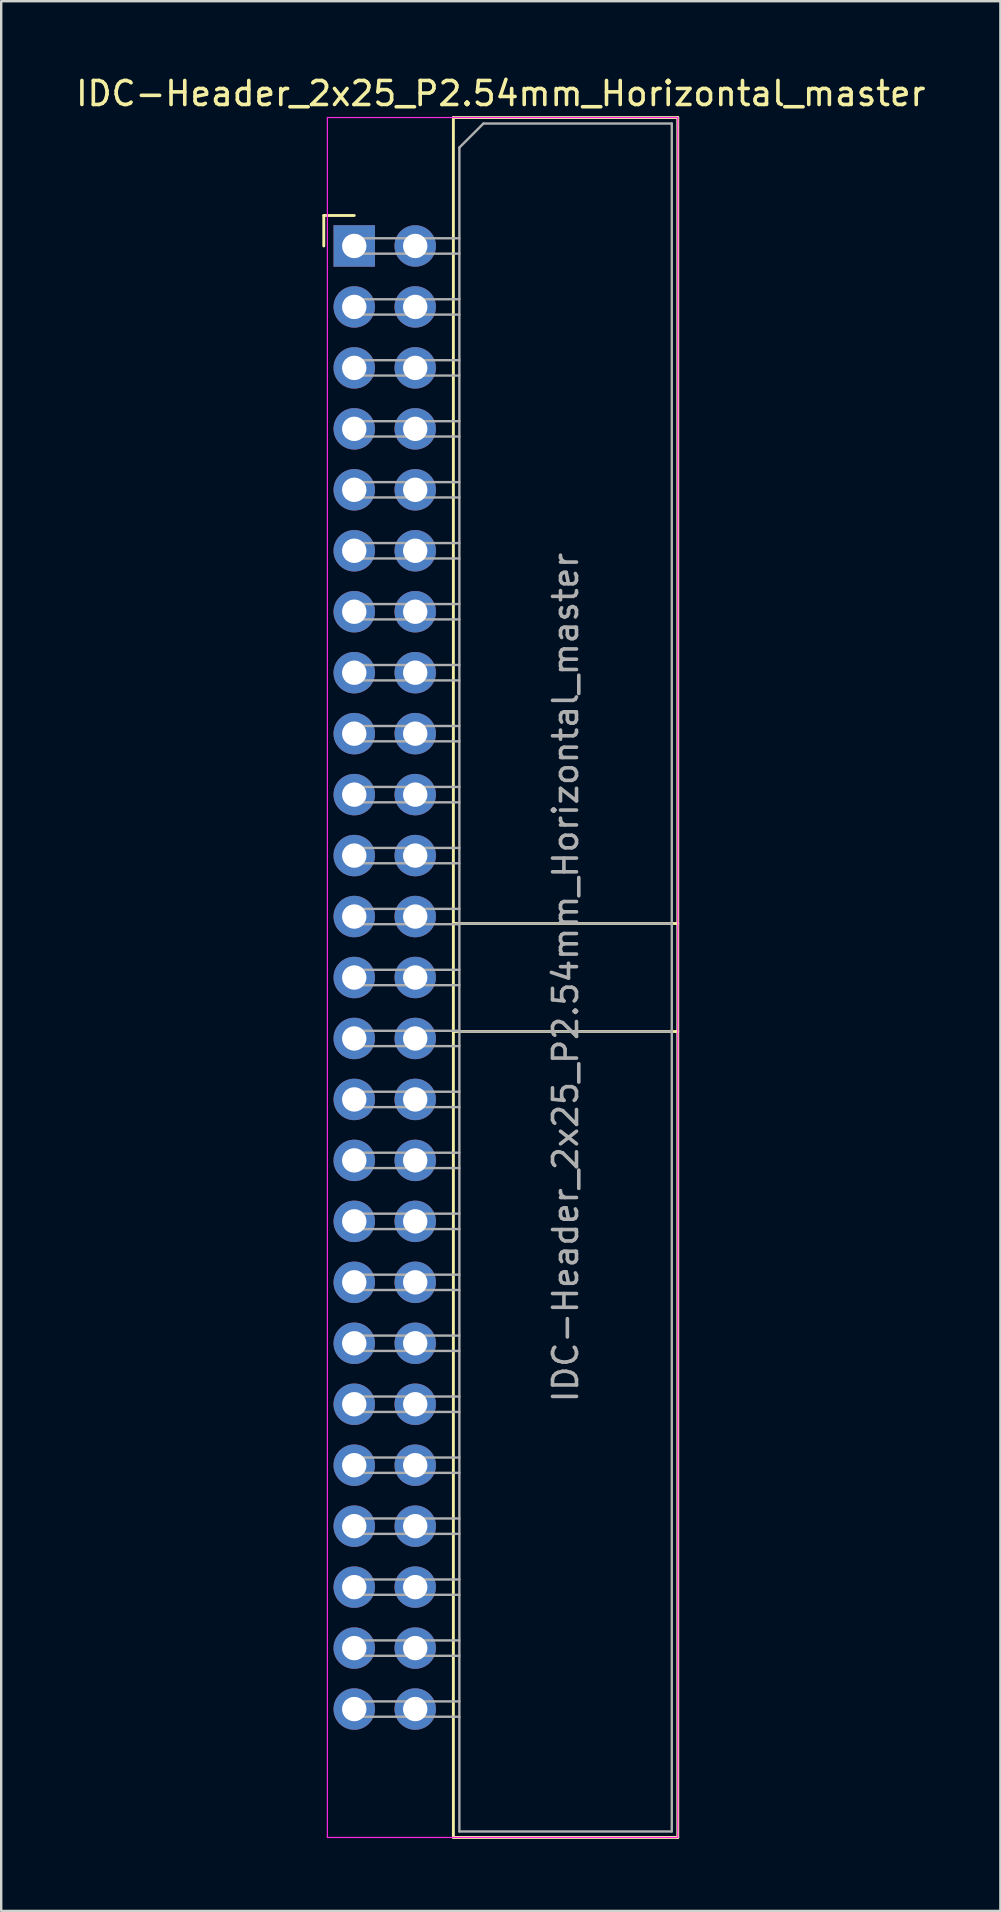
<source format=kicad_pcb>
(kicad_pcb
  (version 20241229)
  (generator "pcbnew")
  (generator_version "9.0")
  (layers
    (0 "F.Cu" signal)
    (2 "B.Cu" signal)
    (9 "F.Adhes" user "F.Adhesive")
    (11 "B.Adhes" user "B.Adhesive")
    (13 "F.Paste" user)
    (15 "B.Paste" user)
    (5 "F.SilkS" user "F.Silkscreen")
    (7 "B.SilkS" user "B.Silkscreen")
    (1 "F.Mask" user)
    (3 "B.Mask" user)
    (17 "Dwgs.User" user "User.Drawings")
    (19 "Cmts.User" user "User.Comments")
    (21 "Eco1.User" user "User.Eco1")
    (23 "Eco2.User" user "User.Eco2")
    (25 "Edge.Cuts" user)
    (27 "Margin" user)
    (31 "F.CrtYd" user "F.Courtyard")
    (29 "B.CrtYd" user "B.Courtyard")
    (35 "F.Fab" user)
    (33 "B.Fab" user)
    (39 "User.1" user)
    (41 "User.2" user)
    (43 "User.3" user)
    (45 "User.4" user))
  (footprint "IDC-Header_2x25_P2.54mm_Horizontal_master"
    (layer "F.Cu")
    (at 11.71 7.198)
    (property "Reference" "IDC-Header_2x25_P2.54mm_Horizontal_master" (at 6.105 -6.35 0) (layer "F.SilkS") (effects (font (size 1 1) (thickness 0.15))))
    (attr through_hole)
    (fp_line (start -1.27 -1.27) (end -1.27 0) (stroke (width 0.12) (type solid)) (layer "F.SilkS"))
    (fp_line (start 0 -1.27) (end -1.27 -1.27) (stroke (width 0.12) (type solid)) (layer "F.SilkS"))
    (fp_line (start 4.13 -5.35) (end 13.48 -5.35) (stroke (width 0.12) (type solid)) (layer "F.SilkS"))
    (fp_line (start 4.13 28.23) (end 13.48 28.23) (stroke (width 0.12) (type solid)) (layer "F.SilkS"))
    (fp_line (start 4.13 32.73) (end 13.48 32.73) (stroke (width 0.12) (type solid)) (layer "F.SilkS"))
    (fp_line (start 4.13 66.31) (end 4.13 -5.35) (stroke (width 0.12) (type solid)) (layer "F.SilkS"))
    (fp_line (start 4.13 66.31) (end 13.48 66.31) (stroke (width 0.12) (type solid)) (layer "F.SilkS"))
    (fp_line (start 13.48 -5.35) (end 13.48 66.31) (stroke (width 0.12) (type solid)) (layer "F.SilkS"))
    (fp_line (start -1.12 -5.35) (end 13.48 -5.35) (stroke (width 0.05) (type solid)) (layer "F.CrtYd"))
    (fp_line (start -1.12 66.31) (end -1.12 -5.35) (stroke (width 0.05) (type solid)) (layer "F.CrtYd"))
    (fp_line (start 13.48 -5.35) (end 13.48 66.31) (stroke (width 0.05) (type solid)) (layer "F.CrtYd"))
    (fp_line (start 13.48 66.31) (end -1.12 66.31) (stroke (width 0.05) (type solid)) (layer "F.CrtYd"))
    (fp_line (start -0.32 -0.32) (end -0.32 0.32) (stroke (width 0.1) (type solid)) (layer "F.Fab"))
    (fp_line (start -0.32 0.32) (end 4.38 0.32) (stroke (width 0.1) (type solid)) (layer "F.Fab"))
    (fp_line (start -0.32 2.22) (end -0.32 2.86) (stroke (width 0.1) (type solid)) (layer "F.Fab"))
    (fp_line (start -0.32 2.86) (end 4.38 2.86) (stroke (width 0.1) (type solid)) (layer "F.Fab"))
    (fp_line (start -0.32 4.76) (end -0.32 5.4) (stroke (width 0.1) (type solid)) (layer "F.Fab"))
    (fp_line (start -0.32 5.4) (end 4.38 5.4) (stroke (width 0.1) (type solid)) (layer "F.Fab"))
    (fp_line (start -0.32 7.3) (end -0.32 7.94) (stroke (width 0.1) (type solid)) (layer "F.Fab"))
    (fp_line (start -0.32 7.94) (end 4.38 7.94) (stroke (width 0.1) (type solid)) (layer "F.Fab"))
    (fp_line (start -0.32 9.84) (end -0.32 10.48) (stroke (width 0.1) (type solid)) (layer "F.Fab"))
    (fp_line (start -0.32 10.48) (end 4.38 10.48) (stroke (width 0.1) (type solid)) (layer "F.Fab"))
    (fp_line (start -0.32 12.38) (end -0.32 13.02) (stroke (width 0.1) (type solid)) (layer "F.Fab"))
    (fp_line (start -0.32 13.02) (end 4.38 13.02) (stroke (width 0.1) (type solid)) (layer "F.Fab"))
    (fp_line (start -0.32 14.92) (end -0.32 15.56) (stroke (width 0.1) (type solid)) (layer "F.Fab"))
    (fp_line (start -0.32 15.56) (end 4.38 15.56) (stroke (width 0.1) (type solid)) (layer "F.Fab"))
    (fp_line (start -0.32 17.46) (end -0.32 18.1) (stroke (width 0.1) (type solid)) (layer "F.Fab"))
    (fp_line (start -0.32 18.1) (end 4.38 18.1) (stroke (width 0.1) (type solid)) (layer "F.Fab"))
    (fp_line (start -0.32 20) (end -0.32 20.64) (stroke (width 0.1) (type solid)) (layer "F.Fab"))
    (fp_line (start -0.32 20.64) (end 4.38 20.64) (stroke (width 0.1) (type solid)) (layer "F.Fab"))
    (fp_line (start -0.32 22.54) (end -0.32 23.18) (stroke (width 0.1) (type solid)) (layer "F.Fab"))
    (fp_line (start -0.32 23.18) (end 4.38 23.18) (stroke (width 0.1) (type solid)) (layer "F.Fab"))
    (fp_line (start -0.32 25.08) (end -0.32 25.72) (stroke (width 0.1) (type solid)) (layer "F.Fab"))
    (fp_line (start -0.32 25.72) (end 4.38 25.72) (stroke (width 0.1) (type solid)) (layer "F.Fab"))
    (fp_line (start -0.32 27.62) (end -0.32 28.26) (stroke (width 0.1) (type solid)) (layer "F.Fab"))
    (fp_line (start -0.32 28.26) (end 4.38 28.26) (stroke (width 0.1) (type solid)) (layer "F.Fab"))
    (fp_line (start -0.32 30.16) (end -0.32 30.8) (stroke (width 0.1) (type solid)) (layer "F.Fab"))
    (fp_line (start -0.32 30.8) (end 4.38 30.8) (stroke (width 0.1) (type solid)) (layer "F.Fab"))
    (fp_line (start -0.32 32.7) (end -0.32 33.34) (stroke (width 0.1) (type solid)) (layer "F.Fab"))
    (fp_line (start -0.32 33.34) (end 4.38 33.34) (stroke (width 0.1) (type solid)) (layer "F.Fab"))
    (fp_line (start -0.32 35.24) (end -0.32 35.88) (stroke (width 0.1) (type solid)) (layer "F.Fab"))
    (fp_line (start -0.32 35.88) (end 4.38 35.88) (stroke (width 0.1) (type solid)) (layer "F.Fab"))
    (fp_line (start -0.32 37.78) (end -0.32 38.42) (stroke (width 0.1) (type solid)) (layer "F.Fab"))
    (fp_line (start -0.32 38.42) (end 4.38 38.42) (stroke (width 0.1) (type solid)) (layer "F.Fab"))
    (fp_line (start -0.32 40.32) (end -0.32 40.96) (stroke (width 0.1) (type solid)) (layer "F.Fab"))
    (fp_line (start -0.32 40.96) (end 4.38 40.96) (stroke (width 0.1) (type solid)) (layer "F.Fab"))
    (fp_line (start -0.32 42.86) (end -0.32 43.5) (stroke (width 0.1) (type solid)) (layer "F.Fab"))
    (fp_line (start -0.32 43.5) (end 4.38 43.5) (stroke (width 0.1) (type solid)) (layer "F.Fab"))
    (fp_line (start -0.32 45.4) (end -0.32 46.04) (stroke (width 0.1) (type solid)) (layer "F.Fab"))
    (fp_line (start -0.32 46.04) (end 4.38 46.04) (stroke (width 0.1) (type solid)) (layer "F.Fab"))
    (fp_line (start -0.32 47.94) (end -0.32 48.58) (stroke (width 0.1) (type solid)) (layer "F.Fab"))
    (fp_line (start -0.32 48.58) (end 4.38 48.58) (stroke (width 0.1) (type solid)) (layer "F.Fab"))
    (fp_line (start -0.32 50.48) (end -0.32 51.12) (stroke (width 0.1) (type solid)) (layer "F.Fab"))
    (fp_line (start -0.32 51.12) (end 4.38 51.12) (stroke (width 0.1) (type solid)) (layer "F.Fab"))
    (fp_line (start -0.32 53.02) (end -0.32 53.66) (stroke (width 0.1) (type solid)) (layer "F.Fab"))
    (fp_line (start -0.32 53.66) (end 4.38 53.66) (stroke (width 0.1) (type solid)) (layer "F.Fab"))
    (fp_line (start -0.32 55.56) (end -0.32 56.2) (stroke (width 0.1) (type solid)) (layer "F.Fab"))
    (fp_line (start -0.32 56.2) (end 4.38 56.2) (stroke (width 0.1) (type solid)) (layer "F.Fab"))
    (fp_line (start -0.32 58.1) (end -0.32 58.74) (stroke (width 0.1) (type solid)) (layer "F.Fab"))
    (fp_line (start -0.32 58.74) (end 4.38 58.74) (stroke (width 0.1) (type solid)) (layer "F.Fab"))
    (fp_line (start -0.32 60.64) (end -0.32 61.28) (stroke (width 0.1) (type solid)) (layer "F.Fab"))
    (fp_line (start -0.32 61.28) (end 4.38 61.28) (stroke (width 0.1) (type solid)) (layer "F.Fab"))
    (fp_line (start 4.38 -4.1) (end 5.38 -5.1) (stroke (width 0.1) (type solid)) (layer "F.Fab"))
    (fp_line (start 4.38 -0.32) (end -0.32 -0.32) (stroke (width 0.1) (type solid)) (layer "F.Fab"))
    (fp_line (start 4.38 2.22) (end -0.32 2.22) (stroke (width 0.1) (type solid)) (layer "F.Fab"))
    (fp_line (start 4.38 4.76) (end -0.32 4.76) (stroke (width 0.1) (type solid)) (layer "F.Fab"))
    (fp_line (start 4.38 7.3) (end -0.32 7.3) (stroke (width 0.1) (type solid)) (layer "F.Fab"))
    (fp_line (start 4.38 9.84) (end -0.32 9.84) (stroke (width 0.1) (type solid)) (layer "F.Fab"))
    (fp_line (start 4.38 12.38) (end -0.32 12.38) (stroke (width 0.1) (type solid)) (layer "F.Fab"))
    (fp_line (start 4.38 14.92) (end -0.32 14.92) (stroke (width 0.1) (type solid)) (layer "F.Fab"))
    (fp_line (start 4.38 17.46) (end -0.32 17.46) (stroke (width 0.1) (type solid)) (layer "F.Fab"))
    (fp_line (start 4.38 20) (end -0.32 20) (stroke (width 0.1) (type solid)) (layer "F.Fab"))
    (fp_line (start 4.38 22.54) (end -0.32 22.54) (stroke (width 0.1) (type solid)) (layer "F.Fab"))
    (fp_line (start 4.38 25.08) (end -0.32 25.08) (stroke (width 0.1) (type solid)) (layer "F.Fab"))
    (fp_line (start 4.38 27.62) (end -0.32 27.62) (stroke (width 0.1) (type solid)) (layer "F.Fab"))
    (fp_line (start 4.38 28.23) (end 13.23 28.23) (stroke (width 0.1) (type solid)) (layer "F.Fab"))
    (fp_line (start 4.38 30.16) (end -0.32 30.16) (stroke (width 0.1) (type solid)) (layer "F.Fab"))
    (fp_line (start 4.38 32.7) (end -0.32 32.7) (stroke (width 0.1) (type solid)) (layer "F.Fab"))
    (fp_line (start 4.38 32.73) (end 13.23 32.73) (stroke (width 0.1) (type solid)) (layer "F.Fab"))
    (fp_line (start 4.38 35.24) (end -0.32 35.24) (stroke (width 0.1) (type solid)) (layer "F.Fab"))
    (fp_line (start 4.38 37.78) (end -0.32 37.78) (stroke (width 0.1) (type solid)) (layer "F.Fab"))
    (fp_line (start 4.38 40.32) (end -0.32 40.32) (stroke (width 0.1) (type solid)) (layer "F.Fab"))
    (fp_line (start 4.38 42.86) (end -0.32 42.86) (stroke (width 0.1) (type solid)) (layer "F.Fab"))
    (fp_line (start 4.38 45.4) (end -0.32 45.4) (stroke (width 0.1) (type solid)) (layer "F.Fab"))
    (fp_line (start 4.38 47.94) (end -0.32 47.94) (stroke (width 0.1) (type solid)) (layer "F.Fab"))
    (fp_line (start 4.38 50.48) (end -0.32 50.48) (stroke (width 0.1) (type solid)) (layer "F.Fab"))
    (fp_line (start 4.38 53.02) (end -0.32 53.02) (stroke (width 0.1) (type solid)) (layer "F.Fab"))
    (fp_line (start 4.38 55.56) (end -0.32 55.56) (stroke (width 0.1) (type solid)) (layer "F.Fab"))
    (fp_line (start 4.38 58.1) (end -0.32 58.1) (stroke (width 0.1) (type solid)) (layer "F.Fab"))
    (fp_line (start 4.38 60.64) (end -0.32 60.64) (stroke (width 0.1) (type solid)) (layer "F.Fab"))
    (fp_line (start 4.38 66.06) (end 4.38 -4.1) (stroke (width 0.1) (type solid)) (layer "F.Fab"))
    (fp_line (start 4.38 66.06) (end 13.23 66.06) (stroke (width 0.1) (type solid)) (layer "F.Fab"))
    (fp_line (start 5.38 -5.1) (end 13.23 -5.1) (stroke (width 0.1) (type solid)) (layer "F.Fab"))
    (fp_line (start 13.23 66.06) (end 13.23 -5.1) (stroke (width 0.1) (type solid)) (layer "F.Fab"))
    (fp_text user "${REFERENCE}" (at 8.805 30.48 90) (layer "F.Fab") (effects (font (size 1 1) (thickness 0.15))))
    (pad "1" thru_hole rect (at 0 0) (size 1.727 1.727) (drill 1.016) (layers "*.Cu" "*.Mask"))
    (pad "2" thru_hole oval (at 2.54 0) (size 1.727 1.727) (drill 1.016) (layers "*.Cu" "*.Mask"))
    (pad "3" thru_hole oval (at 0 2.54) (size 1.727 1.727) (drill 1.016) (layers "*.Cu" "*.Mask"))
    (pad "4" thru_hole oval (at 2.54 2.54) (size 1.727 1.727) (drill 1.016) (layers "*.Cu" "*.Mask"))
    (pad "5" thru_hole oval (at 0 5.08) (size 1.727 1.727) (drill 1.016) (layers "*.Cu" "*.Mask"))
    (pad "6" thru_hole oval (at 2.54 5.08) (size 1.727 1.727) (drill 1.016) (layers "*.Cu" "*.Mask"))
    (pad "7" thru_hole oval (at 0 7.62) (size 1.727 1.727) (drill 1.016) (layers "*.Cu" "*.Mask"))
    (pad "8" thru_hole oval (at 2.54 7.62) (size 1.727 1.727) (drill 1.016) (layers "*.Cu" "*.Mask"))
    (pad "9" thru_hole oval (at 0 10.16) (size 1.727 1.727) (drill 1.016) (layers "*.Cu" "*.Mask"))
    (pad "10" thru_hole oval (at 2.54 10.16) (size 1.727 1.727) (drill 1.016) (layers "*.Cu" "*.Mask"))
    (pad "11" thru_hole oval (at 0 12.7) (size 1.727 1.727) (drill 1.016) (layers "*.Cu" "*.Mask"))
    (pad "12" thru_hole oval (at 2.54 12.7) (size 1.727 1.727) (drill 1.016) (layers "*.Cu" "*.Mask"))
    (pad "13" thru_hole oval (at 0 15.24) (size 1.727 1.727) (drill 1.016) (layers "*.Cu" "*.Mask"))
    (pad "14" thru_hole oval (at 2.54 15.24) (size 1.727 1.727) (drill 1.016) (layers "*.Cu" "*.Mask"))
    (pad "15" thru_hole oval (at 0 17.78) (size 1.727 1.727) (drill 1.016) (layers "*.Cu" "*.Mask"))
    (pad "16" thru_hole oval (at 2.54 17.78) (size 1.727 1.727) (drill 1.016) (layers "*.Cu" "*.Mask"))
    (pad "17" thru_hole oval (at 0 20.32) (size 1.727 1.727) (drill 1.016) (layers "*.Cu" "*.Mask"))
    (pad "18" thru_hole oval (at 2.54 20.32) (size 1.727 1.727) (drill 1.016) (layers "*.Cu" "*.Mask"))
    (pad "19" thru_hole oval (at 0 22.86) (size 1.727 1.727) (drill 1.016) (layers "*.Cu" "*.Mask"))
    (pad "20" thru_hole oval (at 2.54 22.86) (size 1.727 1.727) (drill 1.016) (layers "*.Cu" "*.Mask"))
    (pad "21" thru_hole oval (at 0 25.4) (size 1.727 1.727) (drill 1.016) (layers "*.Cu" "*.Mask"))
    (pad "22" thru_hole oval (at 2.54 25.4) (size 1.727 1.727) (drill 1.016) (layers "*.Cu" "*.Mask"))
    (pad "23" thru_hole oval (at 0 27.94) (size 1.727 1.727) (drill 1.016) (layers "*.Cu" "*.Mask"))
    (pad "24" thru_hole oval (at 2.54 27.94) (size 1.727 1.727) (drill 1.016) (layers "*.Cu" "*.Mask"))
    (pad "25" thru_hole oval (at 0 30.48) (size 1.727 1.727) (drill 1.016) (layers "*.Cu" "*.Mask"))
    (pad "26" thru_hole oval (at 2.54 30.48) (size 1.727 1.727) (drill 1.016) (layers "*.Cu" "*.Mask"))
    (pad "27" thru_hole oval (at 0 33.02) (size 1.727 1.727) (drill 1.016) (layers "*.Cu" "*.Mask"))
    (pad "28" thru_hole oval (at 2.54 33.02) (size 1.727 1.727) (drill 1.016) (layers "*.Cu" "*.Mask"))
    (pad "29" thru_hole oval (at 0 35.56) (size 1.727 1.727) (drill 1.016) (layers "*.Cu" "*.Mask"))
    (pad "30" thru_hole oval (at 2.54 35.56) (size 1.727 1.727) (drill 1.016) (layers "*.Cu" "*.Mask"))
    (pad "31" thru_hole oval (at 0 38.1) (size 1.727 1.727) (drill 1.016) (layers "*.Cu" "*.Mask"))
    (pad "32" thru_hole oval (at 2.54 38.1) (size 1.727 1.727) (drill 1.016) (layers "*.Cu" "*.Mask"))
    (pad "33" thru_hole oval (at 0 40.64) (size 1.727 1.727) (drill 1.016) (layers "*.Cu" "*.Mask"))
    (pad "34" thru_hole oval (at 2.54 40.64) (size 1.727 1.727) (drill 1.016) (layers "*.Cu" "*.Mask"))
    (pad "35" thru_hole oval (at 0 43.18) (size 1.727 1.727) (drill 1.016) (layers "*.Cu" "*.Mask"))
    (pad "36" thru_hole oval (at 2.54 43.18) (size 1.727 1.727) (drill 1.016) (layers "*.Cu" "*.Mask"))
    (pad "37" thru_hole oval (at 0 45.72) (size 1.727 1.727) (drill 1.016) (layers "*.Cu" "*.Mask"))
    (pad "38" thru_hole oval (at 2.54 45.72) (size 1.727 1.727) (drill 1.016) (layers "*.Cu" "*.Mask"))
    (pad "39" thru_hole oval (at 0 48.26) (size 1.727 1.727) (drill 1.016) (layers "*.Cu" "*.Mask"))
    (pad "40" thru_hole oval (at 2.54 48.26) (size 1.727 1.727) (drill 1.016) (layers "*.Cu" "*.Mask"))
    (pad "41" thru_hole oval (at 0 50.8) (size 1.727 1.727) (drill 1.016) (layers "*.Cu" "*.Mask"))
    (pad "42" thru_hole oval (at 2.54 50.8) (size 1.727 1.727) (drill 1.016) (layers "*.Cu" "*.Mask"))
    (pad "43" thru_hole oval (at 0 53.34) (size 1.727 1.727) (drill 1.016) (layers "*.Cu" "*.Mask"))
    (pad "44" thru_hole oval (at 2.54 53.34) (size 1.727 1.727) (drill 1.016) (layers "*.Cu" "*.Mask"))
    (pad "45" thru_hole oval (at 0 55.88) (size 1.727 1.727) (drill 1.016) (layers "*.Cu" "*.Mask"))
    (pad "46" thru_hole oval (at 2.54 55.88) (size 1.727 1.727) (drill 1.016) (layers "*.Cu" "*.Mask"))
    (pad "47" thru_hole oval (at 0 58.42) (size 1.727 1.727) (drill 1.016) (layers "*.Cu" "*.Mask"))
    (pad "48" thru_hole oval (at 2.54 58.42) (size 1.727 1.727) (drill 1.016) (layers "*.Cu" "*.Mask"))
    (pad "49" thru_hole oval (at 0 60.96) (size 1.727 1.727) (drill 1.016) (layers "*.Cu" "*.Mask"))
    (pad "50" thru_hole oval (at 2.54 60.96) (size 1.727 1.727) (drill 1.016) (layers "*.Cu" "*.Mask")))
  (gr_rect
    (start -3 -3)
    (end 38.631 76.568)
    (stroke (width 0.1) (type default))
    (fill no)
    (layer "Edge.Cuts")))
</source>
